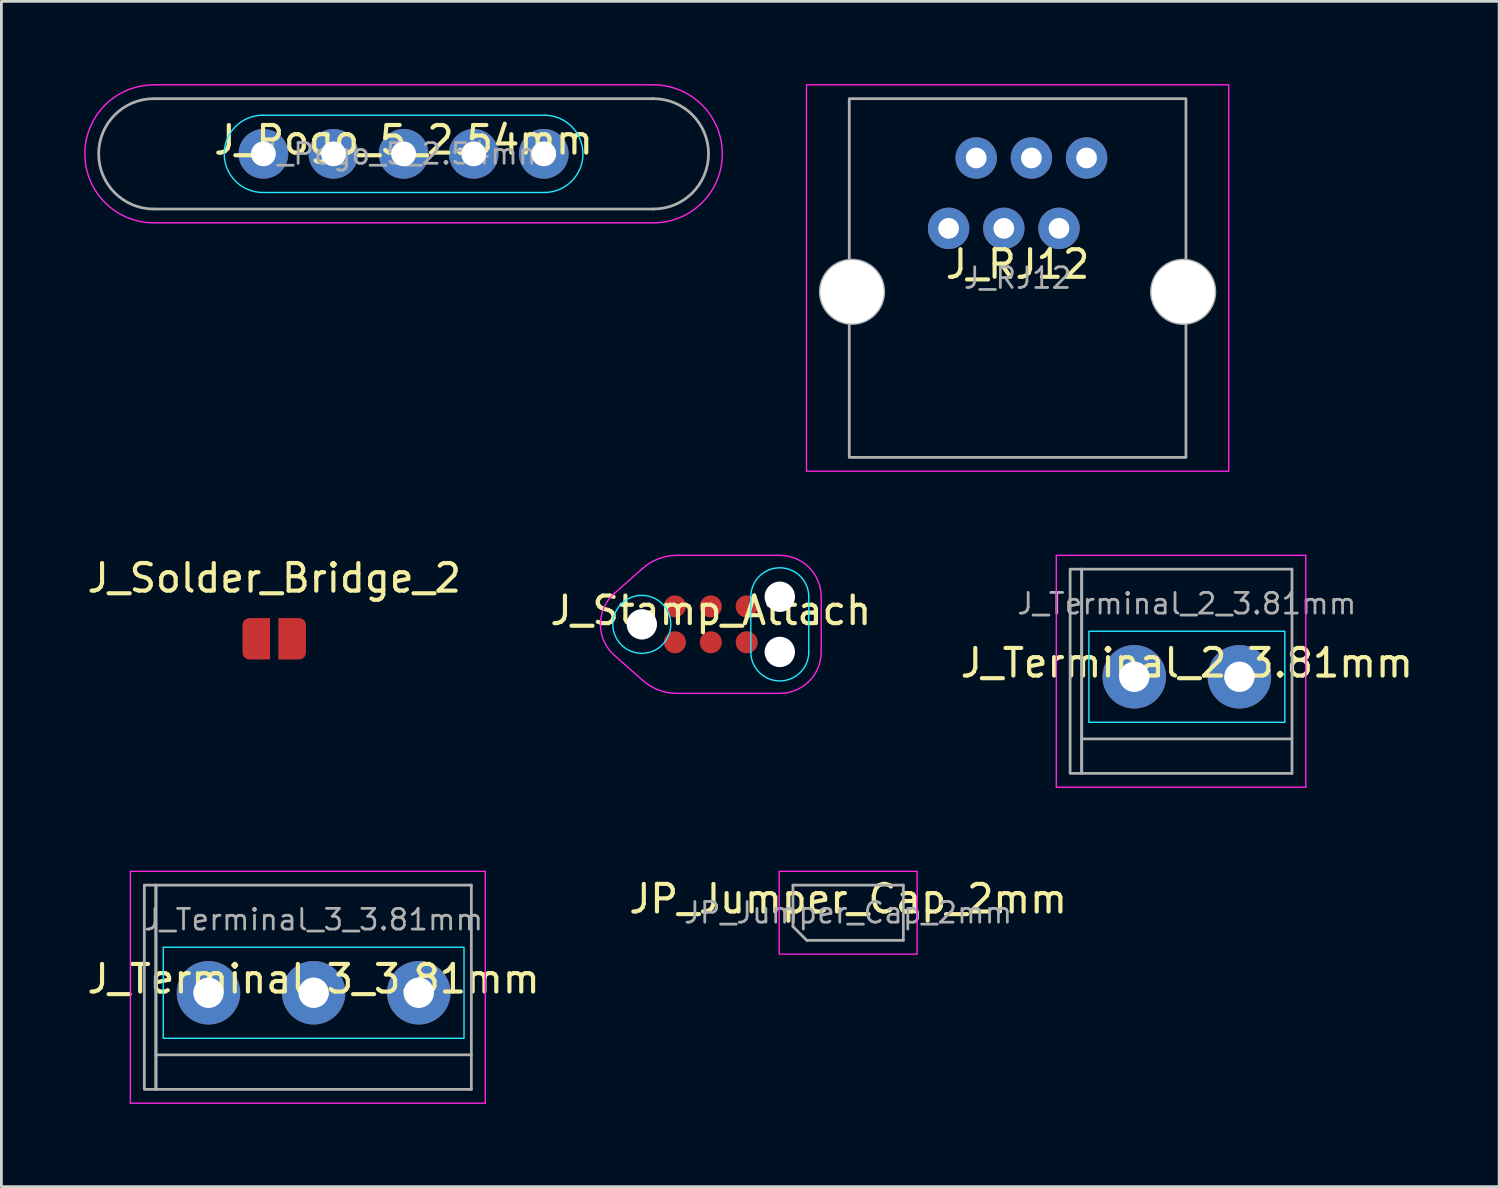
<source format=kicad_pcb>
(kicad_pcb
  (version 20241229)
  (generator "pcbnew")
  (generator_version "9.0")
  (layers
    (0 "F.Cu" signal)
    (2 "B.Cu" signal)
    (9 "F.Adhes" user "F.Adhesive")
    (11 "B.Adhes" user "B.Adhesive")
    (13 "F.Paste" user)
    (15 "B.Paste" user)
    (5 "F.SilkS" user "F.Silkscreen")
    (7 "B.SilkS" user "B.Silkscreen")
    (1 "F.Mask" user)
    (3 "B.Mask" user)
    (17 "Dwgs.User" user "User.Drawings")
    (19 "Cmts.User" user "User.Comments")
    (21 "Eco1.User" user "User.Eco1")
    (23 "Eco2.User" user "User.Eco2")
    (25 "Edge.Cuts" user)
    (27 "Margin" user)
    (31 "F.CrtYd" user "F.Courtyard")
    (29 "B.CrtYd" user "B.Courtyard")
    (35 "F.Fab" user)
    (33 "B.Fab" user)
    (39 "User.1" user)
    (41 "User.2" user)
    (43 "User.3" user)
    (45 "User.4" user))
  (footprint "J_Pogo_5_2.54mm"
    (layer "F.Cu")
    (at 11.575 2.525)
    (property "Reference" "J_Pogo_5_2.54mm" (at 0 -0.5 0) (unlocked yes) (layer "F.SilkS") (effects (font (size 1 1) (thickness 0.15))))
    (attr through_hole)
    (fp_line (start -5.1 -1.4) (end 5.1 -1.4) (stroke (width 0.05) (type default)) (layer "B.CrtYd"))
    (fp_line (start 5.1 1.4) (end -5.1 1.4) (stroke (width 0.05) (type default)) (layer "B.CrtYd"))
    (fp_arc (start -5.1 1.4) (mid -6.5 0) (end -5.1 -1.4) (stroke (width 0.05) (type default)) (layer "B.CrtYd"))
    (fp_arc (start 5.1 -1.399999) (mid 6.499999 0) (end 5.1 1.399999) (stroke (width 0.05) (type default)) (layer "B.CrtYd"))
    (fp_line (start -9.05 -2.5) (end 9.05 -2.5) (stroke (width 0.05) (type default)) (layer "F.CrtYd"))
    (fp_line (start 9.05 2.5) (end -9.05 2.5) (stroke (width 0.05) (type default)) (layer "F.CrtYd"))
    (fp_arc (start -9.05 2.5) (mid -11.55 0) (end -9.05 -2.5) (stroke (width 0.05) (type default)) (layer "F.CrtYd"))
    (fp_arc (start 9.05 -2.5) (mid 11.55 0) (end 9.05 2.5) (stroke (width 0.05) (type default)) (layer "F.CrtYd"))
    (fp_line (start -9.05 -2) (end 9.05 -2) (stroke (width 0.1) (type default)) (layer "F.Fab"))
    (fp_line (start 9.05 2) (end -9.05 2) (stroke (width 0.1) (type default)) (layer "F.Fab"))
    (fp_arc (start -9.05 2) (mid -11.05 0) (end -9.05 -2) (stroke (width 0.1) (type default)) (layer "F.Fab"))
    (fp_arc (start 9.05 -2.000001) (mid 11.050001 0) (end 9.05 2.000001) (stroke (width 0.1) (type default)) (layer "F.Fab"))
    (fp_text user "${REFERENCE}" (at 0 0 0) (layer "F.Fab") (effects (font (size 0.75 0.75) (thickness 0.1))))
    (pad "1" thru_hole circle (at -5.08 0) (size 1.8 1.8) (drill 0.9) (layers "*.Cu" "*.Mask"))
    (pad "2" thru_hole circle (at -2.54 0) (size 1.8 1.8) (drill 0.9) (layers "*.Cu" "*.Mask"))
    (pad "3" thru_hole circle (at 0 0) (size 1.8 1.8) (drill 0.9) (layers "*.Cu" "*.Mask"))
    (pad "4" thru_hole circle (at 2.54 0) (size 1.8 1.8) (drill 0.9) (layers "*.Cu" "*.Mask"))
    (pad "5" thru_hole circle (at 5.08 0) (size 1.8 1.8) (drill 0.9) (layers "*.Cu" "*.Mask")))
  (footprint "J_Solder_Bridge_2"
    (layer "F.Cu")
    (at 6.887 20.098)
    (property "Reference" "J_Solder_Bridge_2" (at 0 -2.2 0) (unlocked yes) (layer "F.SilkS") (effects (font (size 1 1) (thickness 0.15))))
    (attr smd exclude_from_pos_files exclude_from_bom)
    (pad "1" smd custom (at -0.525 0 90) (size 1.5 0.75) (layers "F.Cu" "F.Mask") (options (anchor rect)) (primitives (gr_circle (center 0.5 -0.375) (end 0.75 -0.375) (width 0) (fill yes)) (gr_circle (center -0.5 -0.375) (end -0.25 -0.375) (width 0) (fill yes)) (gr_poly (pts (xy 0.5 0) (xy -0.5 0) (xy -0.5 -0.625) (xy 0.5 -0.625)) (width 0) (fill yes))))
    (pad "2" smd custom (at 0.525 0 270) (size 1.5 0.75) (layers "F.Cu" "F.Mask") (options (anchor rect)) (primitives (gr_circle (center 0.5 -0.375) (end 0.75 -0.375) (width 0) (fill yes)) (gr_circle (center -0.5 -0.375) (end -0.25 -0.375) (width 0) (fill yes)) (gr_poly (pts (xy 0.5 0) (xy -0.5 0) (xy -0.5 -0.625) (xy 0.5 -0.625)) (width 0) (fill yes)))))
  (footprint "JP_Jumper_Cap_2mm"
    (layer "F.Cu")
    (at 27.685 30.025)
    (property "Reference" "JP_Jumper_Cap_2mm" (at 0 -0.5 0) (unlocked yes) (layer "F.SilkS") (effects (font (size 1 1) (thickness 0.15))))
    (fp_rect (start 2.5 1.5) (end -2.5 -1.5) (stroke (width 0.05) (type default)) (fill no) (layer "F.CrtYd"))
    (fp_line (start -2 -1) (end 2 -1) (stroke (width 0.1) (type default)) (layer "F.Fab"))
    (fp_line (start -2 0.5) (end -2 -1) (stroke (width 0.1) (type default)) (layer "F.Fab"))
    (fp_line (start -1.5 1) (end -2 0.5) (stroke (width 0.1) (type default)) (layer "F.Fab"))
    (fp_line (start 2 -1) (end 2 1) (stroke (width 0.1) (type default)) (layer "F.Fab"))
    (fp_line (start 2 1) (end -1.5 1) (stroke (width 0.1) (type default)) (layer "F.Fab"))
    (fp_text user "${REFERENCE}" (at 0 0 0) (layer "F.Fab") (effects (font (size 0.75 0.75) (thickness 0.1)))))
  (footprint "J_Terminal_3_3.81mm"
    (layer "F.Cu")
    (at 8.315 32.925)
    (property "Reference" "J_Terminal_3_3.81mm" (at 0 -0.5 0) (unlocked yes) (layer "F.SilkS") (effects (font (size 1 1) (thickness 0.15))))
    (attr through_hole)
    (fp_rect (start -5.45 -1.65) (end 5.45 1.65) (stroke (width 0.05) (type default)) (fill no) (layer "B.CrtYd"))
    (fp_line (start -6.64 -4.4) (end -6.64 4) (stroke (width 0.05) (type default)) (layer "F.CrtYd"))
    (fp_line (start -6.64 4) (end 6.22 4) (stroke (width 0.05) (type default)) (layer "F.CrtYd"))
    (fp_line (start 6.22 -4.4) (end -6.64 -4.4) (stroke (width 0.05) (type default)) (layer "F.CrtYd"))
    (fp_line (start 6.22 4) (end 6.22 -4.4) (stroke (width 0.05) (type default)) (layer "F.CrtYd"))
    (fp_line (start -5.715 -3.9) (end 5.715 -3.9) (stroke (width 0.1) (type default)) (layer "F.Fab"))
    (fp_line (start -5.715 2.25) (end 5.715 2.25) (stroke (width 0.1) (type default)) (layer "F.Fab"))
    (fp_line (start -5.715 3.5) (end -5.715 -3.9) (stroke (width 0.1) (type default)) (layer "F.Fab"))
    (fp_line (start -5.715 3.5) (end 5.715 3.5) (stroke (width 0.1) (type default)) (layer "F.Fab"))
    (fp_line (start 5.715 3.5) (end 5.715 -3.9) (stroke (width 0.1) (type default)) (layer "F.Fab"))
    (fp_rect (start -6.135 -3.9) (end -5.715 3.5) (stroke (width 0.1) (type default)) (fill no) (layer "F.Fab"))
    (fp_text user "${REFERENCE}" (at 0 -2.65 0) (layer "F.Fab") (effects (font (size 0.75 0.75) (thickness 0.1))))
    (pad "1" thru_hole circle (at -3.81 0) (size 2.3 2.3) (drill 1.1) (layers "*.Cu" "*.Mask"))
    (pad "2" thru_hole circle (at 0 0) (size 2.3 2.3) (drill 1.1) (layers "*.Cu" "*.Mask"))
    (pad "3" thru_hole circle (at 3.81 0) (size 2.3 2.3) (drill 1.1) (layers "*.Cu" "*.Mask")))
  (footprint "J_RJ12"
    (layer "F.Cu")
    (at 33.825 7.025)
    (property "Reference" "J_RJ12" (at 0 -0.5 0) (unlocked yes) (layer "F.SilkS") (effects (font (size 1 1) (thickness 0.15))))
    (attr through_hole)
    (fp_rect (start -7.65 -7) (end 7.65 7) (stroke (width 0.05) (type default)) (fill no) (layer "F.CrtYd"))
    (fp_rect (start -6.1 6.5) (end 6.1 -6.5) (stroke (width 0.1) (type default)) (fill no) (layer "F.Fab"))
    (fp_circle (center -6 0.5) (end -4.85 0.5) (stroke (width 0.1) (type default)) (fill no) (layer "F.Fab"))
    (fp_circle (center 6 0.5) (end 7.15 0.5) (stroke (width 0.1) (type default)) (fill no) (layer "F.Fab"))
    (fp_text user "${REFERENCE}" (at 0 0 0) (layer "F.Fab") (effects (font (size 0.75 0.75) (thickness 0.1))))
    (pad "" np_thru_hole circle (at -6 0.5) (size 2.3 2.3) (drill 2.3) (layers "*.Cu" "*.Mask"))
    (pad "" np_thru_hole circle (at 6 0.5) (size 2.3 2.3) (drill 2.3) (layers "*.Cu" "*.Mask"))
    (pad "1" thru_hole circle (at 2.5 -4.35) (size 1.5 1.5) (drill 0.75) (layers "*.Cu" "*.Mask"))
    (pad "2" thru_hole circle (at 1.5 -1.8) (size 1.5 1.5) (drill 0.75) (layers "*.Cu" "*.Mask"))
    (pad "3" thru_hole circle (at 0.5 -4.35) (size 1.5 1.5) (drill 0.75) (layers "*.Cu" "*.Mask"))
    (pad "4" thru_hole circle (at -0.5 -1.8) (size 1.5 1.5) (drill 0.75) (layers "*.Cu" "*.Mask"))
    (pad "5" thru_hole circle (at -1.5 -4.35) (size 1.5 1.5) (drill 0.75) (layers "*.Cu" "*.Mask"))
    (pad "6" thru_hole circle (at -2.5 -1.8) (size 1.5 1.5) (drill 0.75) (layers "*.Cu" "*.Mask")))
  (footprint "J_Terminal_2_3.81mm"
    (layer "F.Cu")
    (at 39.958 21.475)
    (property "Reference" "J_Terminal_2_3.81mm" (at 0 -0.5 0) (unlocked yes) (layer "F.SilkS") (effects (font (size 1 1) (thickness 0.15))))
    (attr through_hole)
    (fp_rect (start 3.55 1.65) (end -3.55 -1.65) (stroke (width 0.05) (type default)) (fill no) (layer "B.CrtYd"))
    (fp_line (start -4.73 -4.4) (end -4.73 4) (stroke (width 0.05) (type default)) (layer "F.CrtYd"))
    (fp_line (start -4.73 4) (end 4.31 4) (stroke (width 0.05) (type default)) (layer "F.CrtYd"))
    (fp_line (start 4.31 -4.4) (end -4.73 -4.4) (stroke (width 0.05) (type default)) (layer "F.CrtYd"))
    (fp_line (start 4.31 4) (end 4.31 -4.4) (stroke (width 0.05) (type default)) (layer "F.CrtYd"))
    (fp_line (start -3.81 -3.9) (end 3.81 -3.9) (stroke (width 0.1) (type default)) (layer "F.Fab"))
    (fp_line (start -3.81 2.25) (end 3.81 2.25) (stroke (width 0.1) (type default)) (layer "F.Fab"))
    (fp_line (start -3.81 3.5) (end -3.81 -3.9) (stroke (width 0.1) (type default)) (layer "F.Fab"))
    (fp_line (start -3.81 3.5) (end 3.81 3.5) (stroke (width 0.1) (type default)) (layer "F.Fab"))
    (fp_line (start 3.81 3.5) (end 3.81 -3.9) (stroke (width 0.1) (type default)) (layer "F.Fab"))
    (fp_rect (start -3.81 3.5) (end -4.23 -3.9) (stroke (width 0.1) (type default)) (fill no) (layer "F.Fab"))
    (fp_text user "${REFERENCE}" (at 0 -2.65 0) (layer "F.Fab") (effects (font (size 0.75 0.75) (thickness 0.1))))
    (pad "1" thru_hole circle (at -1.905 0) (size 2.3 2.3) (drill 1.1) (layers "*.Cu" "*.Mask"))
    (pad "2" thru_hole circle (at 1.905 0) (size 2.3 2.3) (drill 1.1) (layers "*.Cu" "*.Mask")))
  (footprint "J_Stamp_Attach"
    (layer "F.Cu")
    (at 22.708 19.575)
    (property "Reference" "J_Stamp_Attach" (at 0 -0.5 0) (unlocked yes) (layer "F.SilkS") (effects (font (size 1 1) (thickness 0.15))))
    (attr smd exclude_from_pos_files exclude_from_bom)
    (fp_line (start 1.45 -1) (end 1.45 1) (stroke (width 0.05) (type default)) (layer "B.CrtYd"))
    (fp_line (start 3.55 -1) (end 3.55 1) (stroke (width 0.05) (type default)) (layer "B.CrtYd"))
    (fp_arc (start 1.45 -1) (mid 2.5 -2.05) (end 3.55 -1) (stroke (width 0.05) (type default)) (layer "B.CrtYd"))
    (fp_arc (start 3.55 1) (mid 2.5 2.05) (end 1.45 1) (stroke (width 0.05) (type default)) (layer "B.CrtYd"))
    (fp_circle (center -2.5 0) (end -2.5 -1.05) (stroke (width 0.05) (type default)) (fill no) (layer "B.CrtYd"))
    (fp_line (start -3.493 1.124) (end -2.465 2.033) (stroke (width 0.05) (type solid)) (layer "F.CrtYd"))
    (fp_line (start -2.465 -2.033) (end -3.493 -1.124) (stroke (width 0.05) (type solid)) (layer "F.CrtYd"))
    (fp_line (start -1.23 2.5) (end 2.5 2.5) (stroke (width 0.05) (type solid)) (layer "F.CrtYd"))
    (fp_line (start 2.5 -2.5) (end -1.23 -2.5) (stroke (width 0.05) (type solid)) (layer "F.CrtYd"))
    (fp_line (start 4 1) (end 4 -1) (stroke (width 0.05) (type solid)) (layer "F.CrtYd"))
    (fp_arc (start -3.493161 1.124115) (mid -4.000001 0) (end -3.493161 -1.124115) (stroke (width 0.05) (type solid)) (layer "F.CrtYd"))
    (fp_arc (start -2.46483 -2.032649) (mid -1.890156 -2.379254) (end -1.230001 -2.5) (stroke (width 0.05) (type solid)) (layer "F.CrtYd"))
    (fp_arc (start -1.230001 2.5) (mid -1.890156 2.379254) (end -2.46483 2.032649) (stroke (width 0.05) (type solid)) (layer "F.CrtYd"))
    (fp_arc (start 2.5 -2.5) (mid 3.56066 -2.06066) (end 4 -1) (stroke (width 0.05) (type solid)) (layer "F.CrtYd"))
    (fp_arc (start 4 1) (mid 3.56066 2.06066) (end 2.5 2.5) (stroke (width 0.05) (type solid)) (layer "F.CrtYd"))
    (pad "" np_thru_hole circle (at -2.5 0) (size 1.1 1.1) (drill 1.1) (layers "*.Cu" "*.Mask"))
    (pad "" np_thru_hole circle (at 2.5 -1) (size 1.1 1.1) (drill 1.1) (layers "*.Cu" "*.Mask"))
    (pad "" np_thru_hole circle (at 2.5 1) (size 1.1 1.1) (drill 1.1) (layers "*.Cu" "*.Mask"))
    (pad "1" smd circle (at -1.3 0.65) (size 0.8 0.8) (layers "F.Cu" "F.Mask"))
    (pad "2" smd circle (at -1.3 -0.65) (size 0.8 0.8) (layers "F.Cu" "F.Mask"))
    (pad "3" smd circle (at 0 0.65) (size 0.8 0.8) (layers "F.Cu" "F.Mask"))
    (pad "4" smd circle (at 0 -0.65) (size 0.8 0.8) (layers "F.Cu" "F.Mask"))
    (pad "5" smd circle (at 1.3 0.65) (size 0.8 0.8) (layers "F.Cu" "F.Mask"))
    (pad "6" smd circle (at 1.3 -0.65) (size 0.8 0.8) (layers "F.Cu" "F.Mask")))
  (gr_rect
    (start -3 -3)
    (end 51.274 39.95)
    (stroke (width 0.1) (type default))
    (fill no)
    (layer "Edge.Cuts")))
</source>
